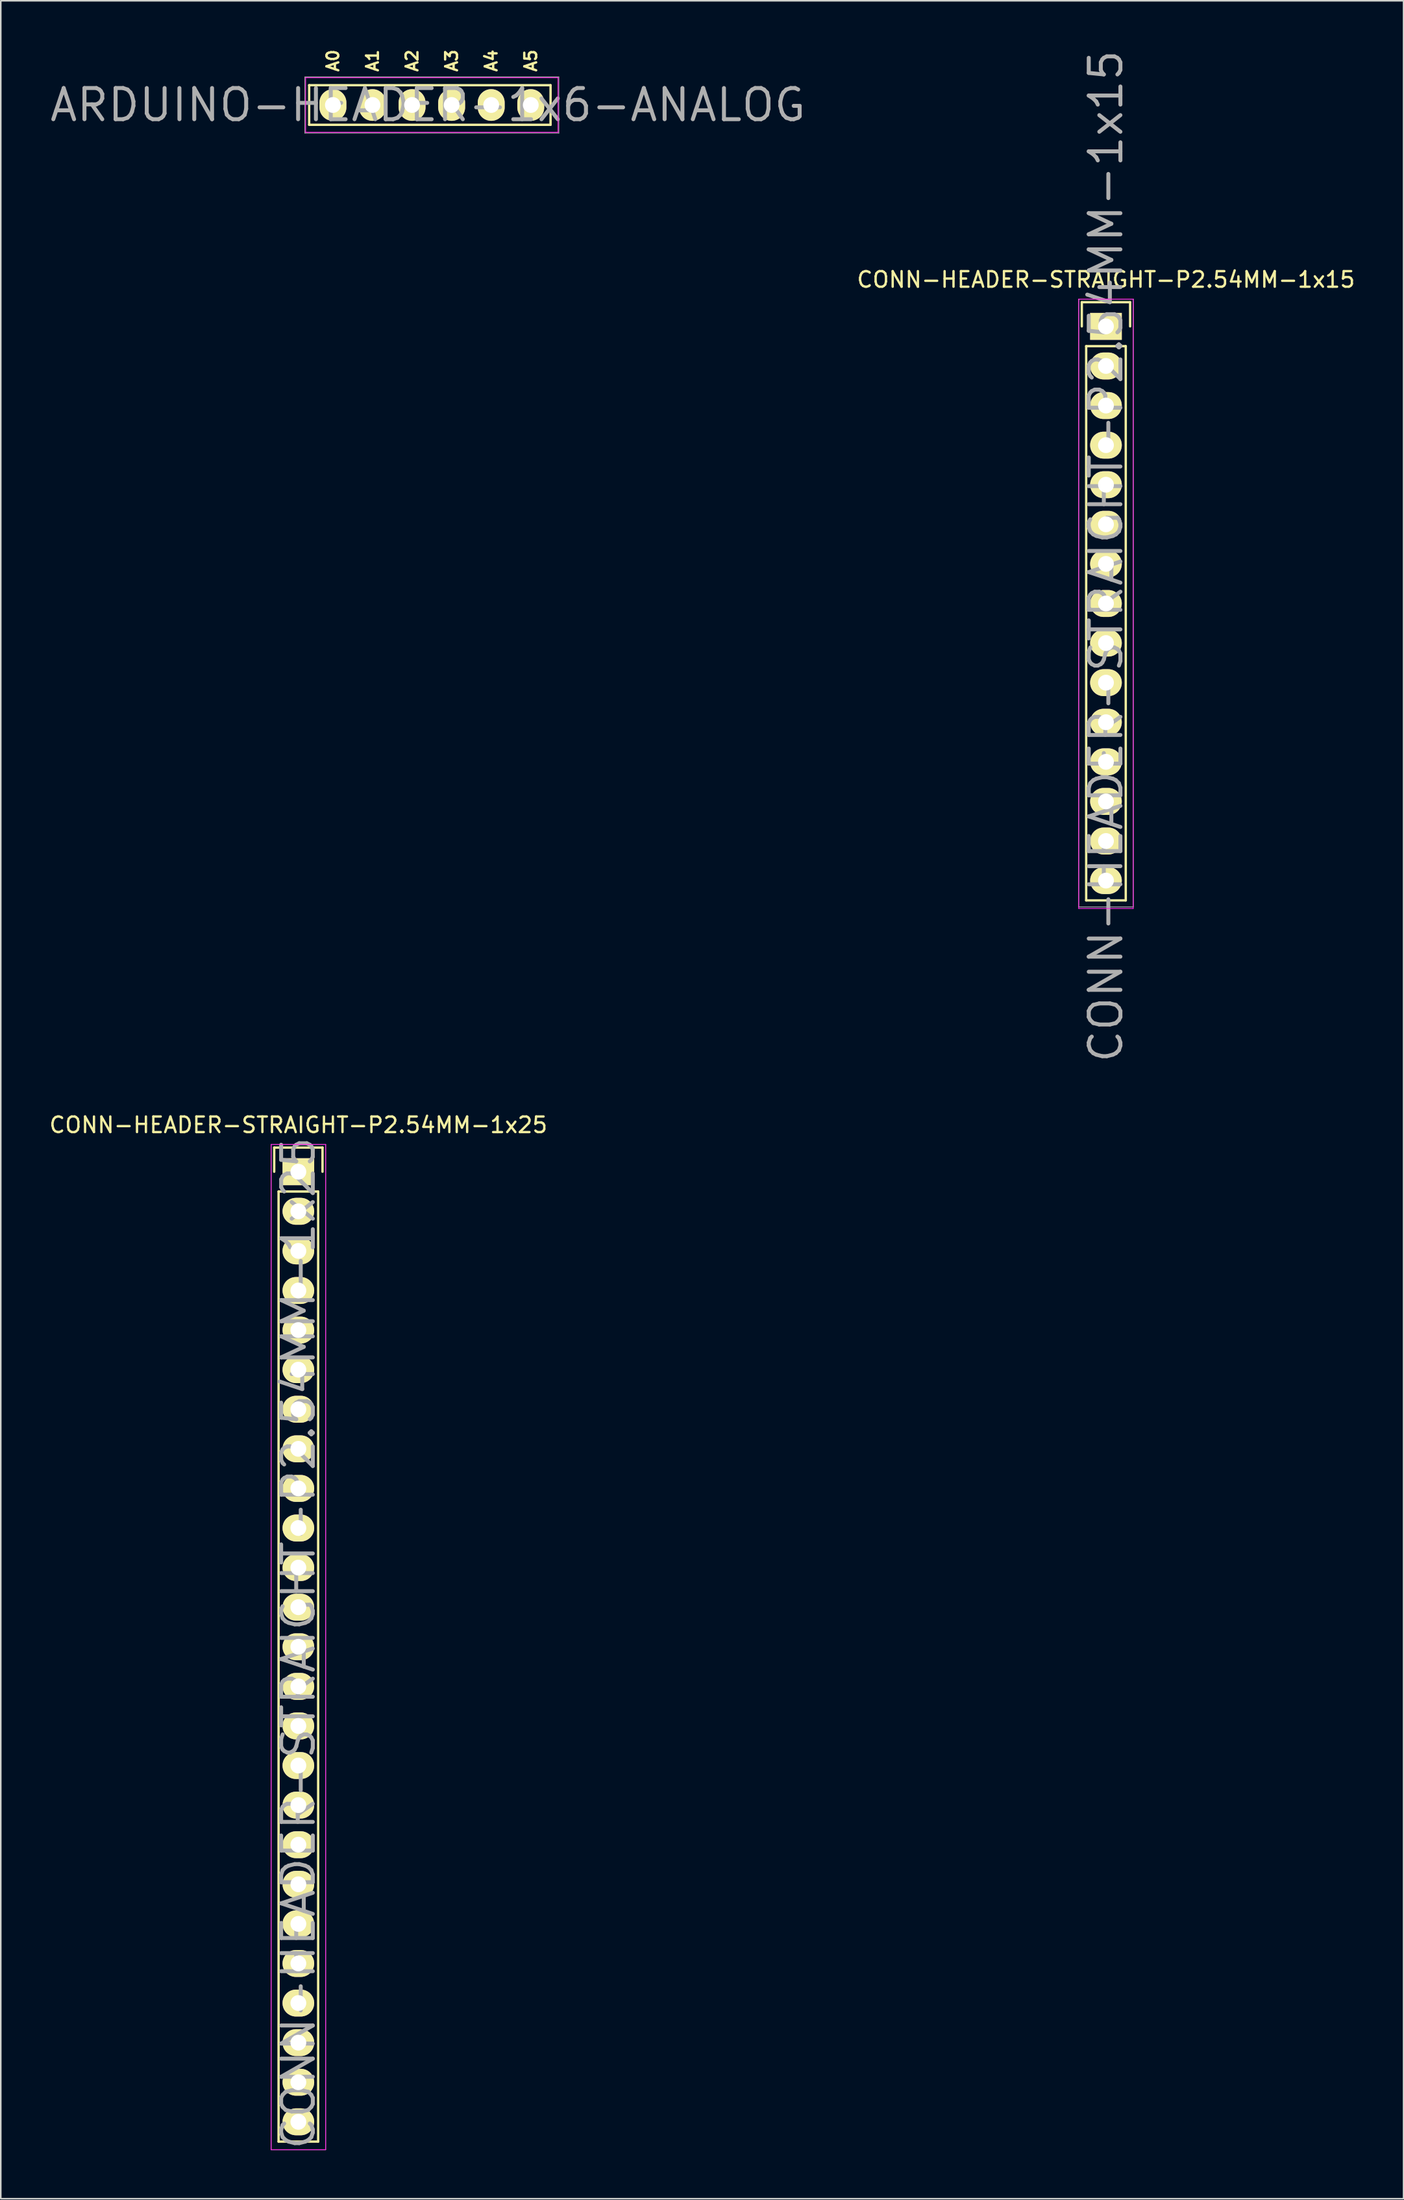
<source format=kicad_pcb>
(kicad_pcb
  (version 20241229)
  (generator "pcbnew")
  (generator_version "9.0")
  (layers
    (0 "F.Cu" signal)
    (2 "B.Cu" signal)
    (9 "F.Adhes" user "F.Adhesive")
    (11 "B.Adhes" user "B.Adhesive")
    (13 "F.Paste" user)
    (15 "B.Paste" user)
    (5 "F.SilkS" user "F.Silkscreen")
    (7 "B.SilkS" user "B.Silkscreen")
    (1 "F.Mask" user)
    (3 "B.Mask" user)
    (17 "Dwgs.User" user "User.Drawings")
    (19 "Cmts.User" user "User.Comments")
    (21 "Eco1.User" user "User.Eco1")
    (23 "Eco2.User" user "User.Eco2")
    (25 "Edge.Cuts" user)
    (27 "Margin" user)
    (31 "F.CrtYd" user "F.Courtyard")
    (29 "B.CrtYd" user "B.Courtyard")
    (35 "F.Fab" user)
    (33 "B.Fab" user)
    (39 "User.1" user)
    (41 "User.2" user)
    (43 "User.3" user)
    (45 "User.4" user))
  (footprint "CONN-HEADER-STRAIGHT-P2.54MM-1x25"
    (layer "F.Cu")
    (at 16.101 72.131)
    (property "Reference" "CONN-HEADER-STRAIGHT-P2.54MM-1x25" (at 0 30.25 90) (layer "F.Fab") (effects (font (size 2.032 2.032) (thickness 0.254))))
    (attr through_hole)
    (fp_line (start -1.55 -1.55) (end 1.55 -1.55) (stroke (width 0.15) (type solid)) (layer "F.SilkS"))
    (fp_line (start -1.55 0) (end -1.55 -1.55) (stroke (width 0.15) (type solid)) (layer "F.SilkS"))
    (fp_line (start -1.27 1.27) (end -1.27 62.23) (stroke (width 0.15) (type solid)) (layer "F.SilkS"))
    (fp_line (start -1.27 62.23) (end 1.27 62.23) (stroke (width 0.15) (type solid)) (layer "F.SilkS"))
    (fp_line (start 1.27 1.27) (end -1.27 1.27) (stroke (width 0.15) (type solid)) (layer "F.SilkS"))
    (fp_line (start 1.27 62.23) (end 1.27 1.27) (stroke (width 0.15) (type solid)) (layer "F.SilkS"))
    (fp_line (start 1.55 -1.55) (end 1.55 0) (stroke (width 0.15) (type solid)) (layer "F.SilkS"))
    (fp_line (start -1.75 -1.75) (end -1.75 62.75) (stroke (width 0.05) (type solid)) (layer "F.CrtYd"))
    (fp_line (start -1.75 -1.75) (end 1.75 -1.75) (stroke (width 0.05) (type solid)) (layer "F.CrtYd"))
    (fp_line (start -1.75 62.75) (end 1.75 62.75) (stroke (width 0.05) (type solid)) (layer "F.CrtYd"))
    (fp_line (start 1.75 -1.75) (end 1.75 62.75) (stroke (width 0.05) (type solid)) (layer "F.CrtYd"))
    (fp_line (start -1.75 -1.75) (end 1.75 -1.75) (stroke (width 0.051) (type solid)) (layer "F.Fab"))
    (fp_line (start -1.75 62.75) (end -1.75 -1.75) (stroke (width 0.051) (type solid)) (layer "F.Fab"))
    (fp_line (start 1.75 -1.75) (end 1.75 62.75) (stroke (width 0.051) (type solid)) (layer "F.Fab"))
    (fp_line (start 1.75 62.75) (end -1.75 62.75) (stroke (width 0.051) (type solid)) (layer "F.Fab"))
    (fp_text user "${REFERENCE}" (at 0 -3 0) (layer "F.SilkS") (effects (font (size 1 1) (thickness 0.15))))
    (pad "1" thru_hole rect (at 0 0) (size 2.032 1.727) (drill 1.016) (layers "*.Cu" "*.Mask" "F.SilkS"))
    (pad "2" thru_hole oval (at 0 2.54) (size 2.032 1.727) (drill 1.016) (layers "*.Cu" "*.Mask" "F.SilkS"))
    (pad "3" thru_hole oval (at 0 5.08) (size 2.032 1.727) (drill 1.016) (layers "*.Cu" "*.Mask" "F.SilkS"))
    (pad "4" thru_hole oval (at 0 7.62) (size 2.032 1.727) (drill 1.016) (layers "*.Cu" "*.Mask" "F.SilkS"))
    (pad "5" thru_hole oval (at 0 10.16) (size 2.032 1.727) (drill 1.016) (layers "*.Cu" "*.Mask" "F.SilkS"))
    (pad "6" thru_hole oval (at 0 12.7) (size 2.032 1.727) (drill 1.016) (layers "*.Cu" "*.Mask" "F.SilkS"))
    (pad "7" thru_hole oval (at 0 15.24) (size 2.032 1.727) (drill 1.016) (layers "*.Cu" "*.Mask" "F.SilkS"))
    (pad "8" thru_hole oval (at 0 17.78) (size 2.032 1.727) (drill 1.016) (layers "*.Cu" "*.Mask" "F.SilkS"))
    (pad "9" thru_hole oval (at 0 20.32) (size 2.032 1.727) (drill 1.016) (layers "*.Cu" "*.Mask" "F.SilkS"))
    (pad "10" thru_hole oval (at 0 22.86) (size 2.032 1.727) (drill 1.016) (layers "*.Cu" "*.Mask" "F.SilkS"))
    (pad "11" thru_hole oval (at 0 25.4) (size 2.032 1.727) (drill 1.016) (layers "*.Cu" "*.Mask" "F.SilkS"))
    (pad "12" thru_hole oval (at 0 27.94) (size 2.032 1.727) (drill 1.016) (layers "*.Cu" "*.Mask" "F.SilkS"))
    (pad "13" thru_hole oval (at 0 30.48) (size 2.032 1.727) (drill 1.016) (layers "*.Cu" "*.Mask" "F.SilkS"))
    (pad "14" thru_hole oval (at 0 33.02) (size 2.032 1.727) (drill 1.016) (layers "*.Cu" "*.Mask" "F.SilkS"))
    (pad "15" thru_hole oval (at 0 35.56) (size 2.032 1.727) (drill 1.016) (layers "*.Cu" "*.Mask" "F.SilkS"))
    (pad "16" thru_hole oval (at 0 38.1) (size 2.032 1.727) (drill 1.016) (layers "*.Cu" "*.Mask" "F.SilkS"))
    (pad "17" thru_hole oval (at 0 40.64) (size 2.032 1.727) (drill 1.016) (layers "*.Cu" "*.Mask" "F.SilkS"))
    (pad "18" thru_hole oval (at 0 43.18) (size 2.032 1.727) (drill 1.016) (layers "*.Cu" "*.Mask" "F.SilkS"))
    (pad "19" thru_hole oval (at 0 45.72) (size 2.032 1.727) (drill 1.016) (layers "*.Cu" "*.Mask" "F.SilkS"))
    (pad "20" thru_hole oval (at 0 48.26) (size 2.032 1.727) (drill 1.016) (layers "*.Cu" "*.Mask" "F.SilkS"))
    (pad "21" thru_hole oval (at 0 50.8) (size 2.032 1.727) (drill 1.016) (layers "*.Cu" "*.Mask" "F.SilkS"))
    (pad "22" thru_hole oval (at 0 53.34) (size 2.032 1.727) (drill 1.016) (layers "*.Cu" "*.Mask" "F.SilkS"))
    (pad "23" thru_hole oval (at 0 55.88) (size 2.032 1.727) (drill 1.016) (layers "*.Cu" "*.Mask" "F.SilkS"))
    (pad "24" thru_hole oval (at 0 58.42) (size 2.032 1.727) (drill 1.016) (layers "*.Cu" "*.Mask" "F.SilkS"))
    (pad "25" thru_hole oval (at 0 60.96) (size 2.032 1.727) (drill 1.016) (layers "*.Cu" "*.Mask" "F.SilkS")))
  (footprint "ARDUINO-HEADER-1x6-ANALOG"
    (layer "F.Cu")
    (at 18.319 3.687)
    (property "Reference" "ARDUINO-HEADER-1x6-ANALOG" (at 6.1 0 0) (layer "F.Fab") (effects (font (size 2 2) (thickness 0.254))))
    (attr through_hole)
    (fp_line (start -1.524 1.27) (end -1.524 -1.27) (stroke (width 0.15) (type solid)) (layer "F.SilkS"))
    (fp_line (start -1.524 1.27) (end 13.97 1.27) (stroke (width 0.15) (type solid)) (layer "F.SilkS"))
    (fp_line (start 13.97 -1.27) (end -1.524 -1.27) (stroke (width 0.15) (type solid)) (layer "F.SilkS"))
    (fp_line (start 13.97 1.27) (end 13.97 -1.27) (stroke (width 0.15) (type solid)) (layer "F.SilkS"))
    (fp_line (start -1.75 -1.75) (end -1.75 1.75) (stroke (width 0.05) (type solid)) (layer "F.CrtYd"))
    (fp_line (start -1.75 -1.75) (end 14.45 -1.75) (stroke (width 0.05) (type solid)) (layer "F.CrtYd"))
    (fp_line (start -1.75 1.75) (end 14.45 1.75) (stroke (width 0.05) (type solid)) (layer "F.CrtYd"))
    (fp_line (start 14.45 -1.75) (end 14.45 1.75) (stroke (width 0.05) (type solid)) (layer "F.CrtYd"))
    (fp_line (start -1.8 -1.8) (end -1.8 1.8) (stroke (width 0.05) (type solid)) (layer "F.Fab"))
    (fp_line (start -1.8 1.8) (end 14.5 1.8) (stroke (width 0.05) (type solid)) (layer "F.Fab"))
    (fp_line (start 14.5 -1.8) (end -1.8 -1.8) (stroke (width 0.05) (type solid)) (layer "F.Fab"))
    (fp_line (start 14.5 1.8) (end 14.5 -1.8) (stroke (width 0.05) (type solid)) (layer "F.Fab"))
    (fp_text user "A2" (at 5.08 -2.845 90) (layer "F.SilkS") (effects (font (size 0.762 0.762) (thickness 0.152))))
    (fp_text user "A4" (at 10.16 -2.845 90) (layer "F.SilkS") (effects (font (size 0.762 0.762) (thickness 0.152))))
    (fp_text user "A0" (at 0 -2.845 90) (layer "F.SilkS") (effects (font (size 0.762 0.762) (thickness 0.152))))
    (fp_text user "A5" (at 12.7 -2.845 90) (layer "F.SilkS") (effects (font (size 0.762 0.762) (thickness 0.152))))
    (fp_text user "A3" (at 7.62 -2.845 90) (layer "F.SilkS") (effects (font (size 0.762 0.762) (thickness 0.152))))
    (fp_text user "A1" (at 2.54 -2.845 90) (layer "F.SilkS") (effects (font (size 0.762 0.762) (thickness 0.152))))
    (pad "A0" thru_hole oval (at 0 0) (size 1.727 2.032) (drill 1.016) (layers "*.Cu" "*.Mask" "F.SilkS"))
    (pad "A1" thru_hole oval (at 2.54 0) (size 1.727 2.032) (drill 1.016) (layers "*.Cu" "*.Mask" "F.SilkS"))
    (pad "A2" thru_hole oval (at 5.08 0) (size 1.727 2.032) (drill 1.016) (layers "*.Cu" "*.Mask" "F.SilkS"))
    (pad "A3" thru_hole oval (at 7.62 0) (size 1.727 2.032) (drill 1.016) (layers "*.Cu" "*.Mask" "F.SilkS"))
    (pad "A4" thru_hole oval (at 10.16 0) (size 1.727 2.032) (drill 1.016) (layers "*.Cu" "*.Mask" "F.SilkS"))
    (pad "A5" thru_hole oval (at 12.7 0) (size 1.727 2.032) (drill 1.016) (layers "*.Cu" "*.Mask" "F.SilkS")))
  (footprint "CONN-HEADER-STRAIGHT-P2.54MM-1x15"
    (layer "F.Cu")
    (at 67.939 17.891)
    (property "Reference" "CONN-HEADER-STRAIGHT-P2.54MM-1x15" (at 0 14.75 90) (layer "F.Fab") (effects (font (size 2.032 2.032) (thickness 0.254))))
    (attr through_hole)
    (fp_line (start -1.55 -1.55) (end 1.55 -1.55) (stroke (width 0.15) (type solid)) (layer "F.SilkS"))
    (fp_line (start -1.55 0) (end -1.55 -1.55) (stroke (width 0.15) (type solid)) (layer "F.SilkS"))
    (fp_line (start -1.27 1.27) (end -1.27 36.83) (stroke (width 0.15) (type solid)) (layer "F.SilkS"))
    (fp_line (start -1.27 36.83) (end 1.27 36.83) (stroke (width 0.15) (type solid)) (layer "F.SilkS"))
    (fp_line (start 1.27 1.27) (end -1.27 1.27) (stroke (width 0.15) (type solid)) (layer "F.SilkS"))
    (fp_line (start 1.27 36.83) (end 1.27 1.27) (stroke (width 0.15) (type solid)) (layer "F.SilkS"))
    (fp_line (start 1.55 -1.55) (end 1.55 0) (stroke (width 0.15) (type solid)) (layer "F.SilkS"))
    (fp_line (start -1.75 -1.75) (end -1.75 37.35) (stroke (width 0.05) (type solid)) (layer "F.CrtYd"))
    (fp_line (start -1.75 -1.75) (end 1.75 -1.75) (stroke (width 0.05) (type solid)) (layer "F.CrtYd"))
    (fp_line (start -1.75 37.35) (end 1.75 37.35) (stroke (width 0.05) (type solid)) (layer "F.CrtYd"))
    (fp_line (start 1.75 -1.75) (end 1.75 37.35) (stroke (width 0.05) (type solid)) (layer "F.CrtYd"))
    (fp_line (start -1.75 -1.75) (end 1.75 -1.75) (stroke (width 0.051) (type solid)) (layer "F.Fab"))
    (fp_line (start -1.75 37.25) (end -1.75 -1.75) (stroke (width 0.051) (type solid)) (layer "F.Fab"))
    (fp_line (start 1.75 -1.75) (end 1.75 37.25) (stroke (width 0.051) (type solid)) (layer "F.Fab"))
    (fp_line (start 1.75 37.25) (end -1.75 37.25) (stroke (width 0.051) (type solid)) (layer "F.Fab"))
    (fp_text user "${REFERENCE}" (at 0 -3 0) (layer "F.SilkS") (effects (font (size 1 1) (thickness 0.15))))
    (pad "1" thru_hole rect (at 0 0) (size 2.032 1.727) (drill 1.016) (layers "*.Cu" "*.Mask" "F.SilkS"))
    (pad "2" thru_hole oval (at 0 2.54) (size 2.032 1.727) (drill 1.016) (layers "*.Cu" "*.Mask" "F.SilkS"))
    (pad "3" thru_hole oval (at 0 5.08) (size 2.032 1.727) (drill 1.016) (layers "*.Cu" "*.Mask" "F.SilkS"))
    (pad "4" thru_hole oval (at 0 7.62) (size 2.032 1.727) (drill 1.016) (layers "*.Cu" "*.Mask" "F.SilkS"))
    (pad "5" thru_hole oval (at 0 10.16) (size 2.032 1.727) (drill 1.016) (layers "*.Cu" "*.Mask" "F.SilkS"))
    (pad "6" thru_hole oval (at 0 12.7) (size 2.032 1.727) (drill 1.016) (layers "*.Cu" "*.Mask" "F.SilkS"))
    (pad "7" thru_hole oval (at 0 15.24) (size 2.032 1.727) (drill 1.016) (layers "*.Cu" "*.Mask" "F.SilkS"))
    (pad "8" thru_hole oval (at 0 17.78) (size 2.032 1.727) (drill 1.016) (layers "*.Cu" "*.Mask" "F.SilkS"))
    (pad "9" thru_hole oval (at 0 20.32) (size 2.032 1.727) (drill 1.016) (layers "*.Cu" "*.Mask" "F.SilkS"))
    (pad "10" thru_hole oval (at 0 22.86) (size 2.032 1.727) (drill 1.016) (layers "*.Cu" "*.Mask" "F.SilkS"))
    (pad "11" thru_hole oval (at 0 25.4) (size 2.032 1.727) (drill 1.016) (layers "*.Cu" "*.Mask" "F.SilkS"))
    (pad "12" thru_hole oval (at 0 27.94) (size 2.032 1.727) (drill 1.016) (layers "*.Cu" "*.Mask" "F.SilkS"))
    (pad "13" thru_hole oval (at 0 30.48) (size 2.032 1.727) (drill 1.016) (layers "*.Cu" "*.Mask" "F.SilkS"))
    (pad "14" thru_hole oval (at 0 33.02) (size 2.032 1.727) (drill 1.016) (layers "*.Cu" "*.Mask" "F.SilkS"))
    (pad "15" thru_hole oval (at 0 35.56) (size 2.032 1.727) (drill 1.016) (layers "*.Cu" "*.Mask" "F.SilkS")))
  (gr_rect
    (start -3 -3)
    (end 87.041 138.023)
    (stroke (width 0.1) (type default))
    (fill no)
    (layer "Edge.Cuts")))
</source>
